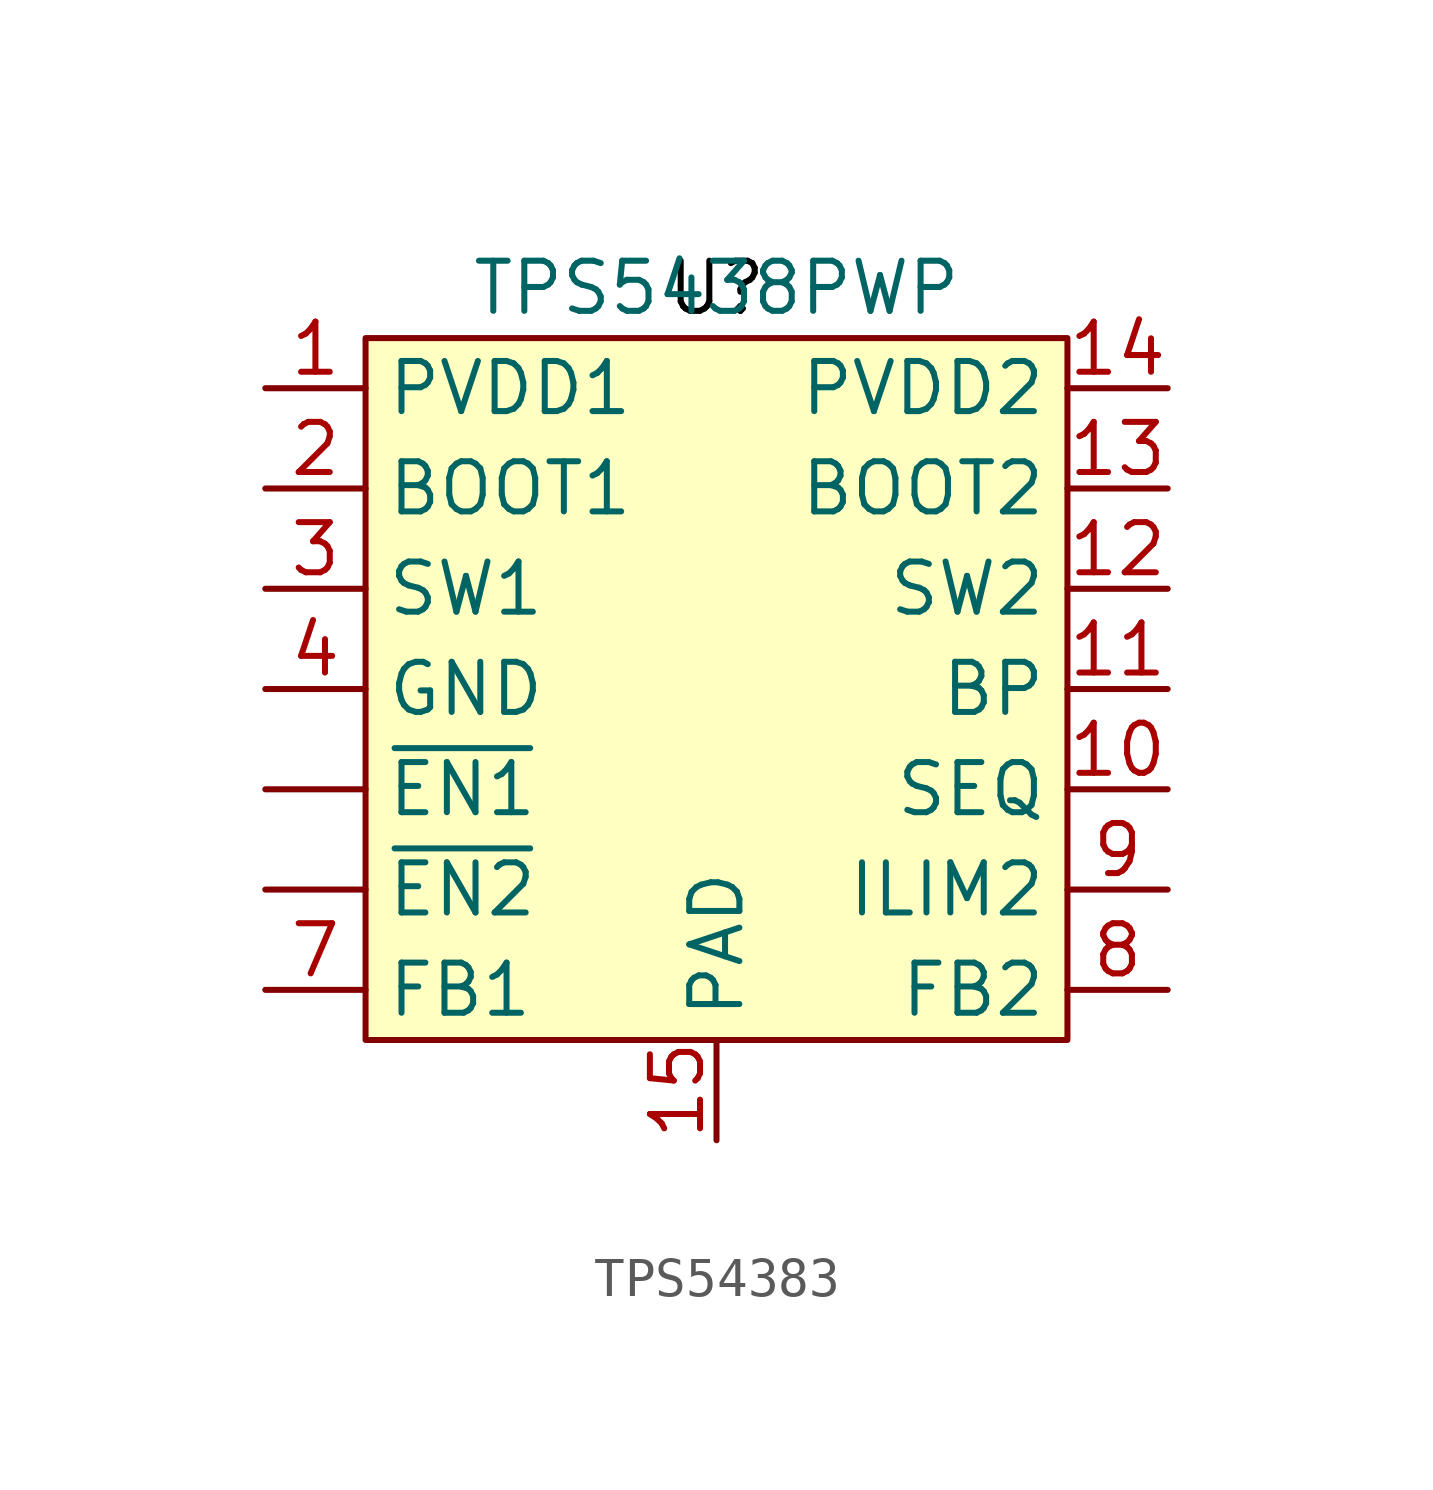
<source format=kicad_sym>
(kicad_symbol_lib
  (version 20231120)
  (generator "kicad_symbol_editor")
  (generator_version "8.0")
  (symbol "TPS54383"
    (property "Reference" "U"
      (at 0 0 0)
      (effects (font (size 1.27 1.27) (color 0 0 0 1))))
    (property "Value" "TPS5438PWP"
      (at 0 0 0)
      (effects (font (size 1.27 1.27))))
    (symbol "TPS54383_1_1"
      (rectangle (start -8.89 -1.27) (end 8.89 -19.05) (stroke (width 0) (type default)) (fill (type background)))
      (pin passive line (at -11.43 -12.7 0) (length 2.54) (name "~{EN1}" (effects (font (size 1.27 1.27)))) (number "" (effects (font (size 1.27 1.27)))))
      (pin passive line (at -11.43 -15.24 0) (length 2.54) (name "~{EN2}" (effects (font (size 1.27 1.27)))) (number "" (effects (font (size 1.27 1.27)))))
      (pin power_in line (at -11.43 -2.54 0) (length 2.54) (name "PVDD1" (effects (font (size 1.27 1.27)))) (number "1" (effects (font (size 1.27 1.27)))))
      (pin passive line (at 11.43 -12.7 180) (length 2.54) (name "SEQ" (effects (font (size 1.27 1.27)))) (number "10" (effects (font (size 1.27 1.27)))))
      (pin passive line (at 11.43 -10.16 180) (length 2.54) (name "BP" (effects (font (size 1.27 1.27)))) (number "11" (effects (font (size 1.27 1.27)))))
      (pin output line (at 11.43 -7.62 180) (length 2.54) (name "SW2" (effects (font (size 1.27 1.27)))) (number "12" (effects (font (size 1.27 1.27)))))
      (pin input line (at 11.43 -5.08 180) (length 2.54) (name "BOOT2" (effects (font (size 1.27 1.27)))) (number "13" (effects (font (size 1.27 1.27)))))
      (pin power_in line (at 11.43 -2.54 180) (length 2.54) (name "PVDD2" (effects (font (size 1.27 1.27)))) (number "14" (effects (font (size 1.27 1.27)))))
      (pin passive line (at 0 -21.59 90) (length 2.54) (name "PAD" (effects (font (size 1.27 1.27)))) (number "15" (effects (font (size 1.27 1.27)))))
      (pin input line (at -11.43 -5.08 0) (length 2.54) (name "BOOT1" (effects (font (size 1.27 1.27)))) (number "2" (effects (font (size 1.27 1.27)))))
      (pin output line (at -11.43 -7.62 0) (length 2.54) (name "SW1" (effects (font (size 1.27 1.27)))) (number "3" (effects (font (size 1.27 1.27)))))
      (pin passive line (at -11.43 -10.16 0) (length 2.54) (name "GND" (effects (font (size 1.27 1.27)))) (number "4" (effects (font (size 1.27 1.27)))))
      (pin passive line (at -11.43 -17.78 0) (length 2.54) (name "FB1" (effects (font (size 1.27 1.27)))) (number "7" (effects (font (size 1.27 1.27)))))
      (pin passive line (at 11.43 -17.78 180) (length 2.54) (name "FB2" (effects (font (size 1.27 1.27)))) (number "8" (effects (font (size 1.27 1.27)))))
      (pin passive line (at 11.43 -15.24 180) (length 2.54) (name "ILIM2" (effects (font (size 1.27 1.27)))) (number "9" (effects (font (size 1.27 1.27))))))))
</source>
